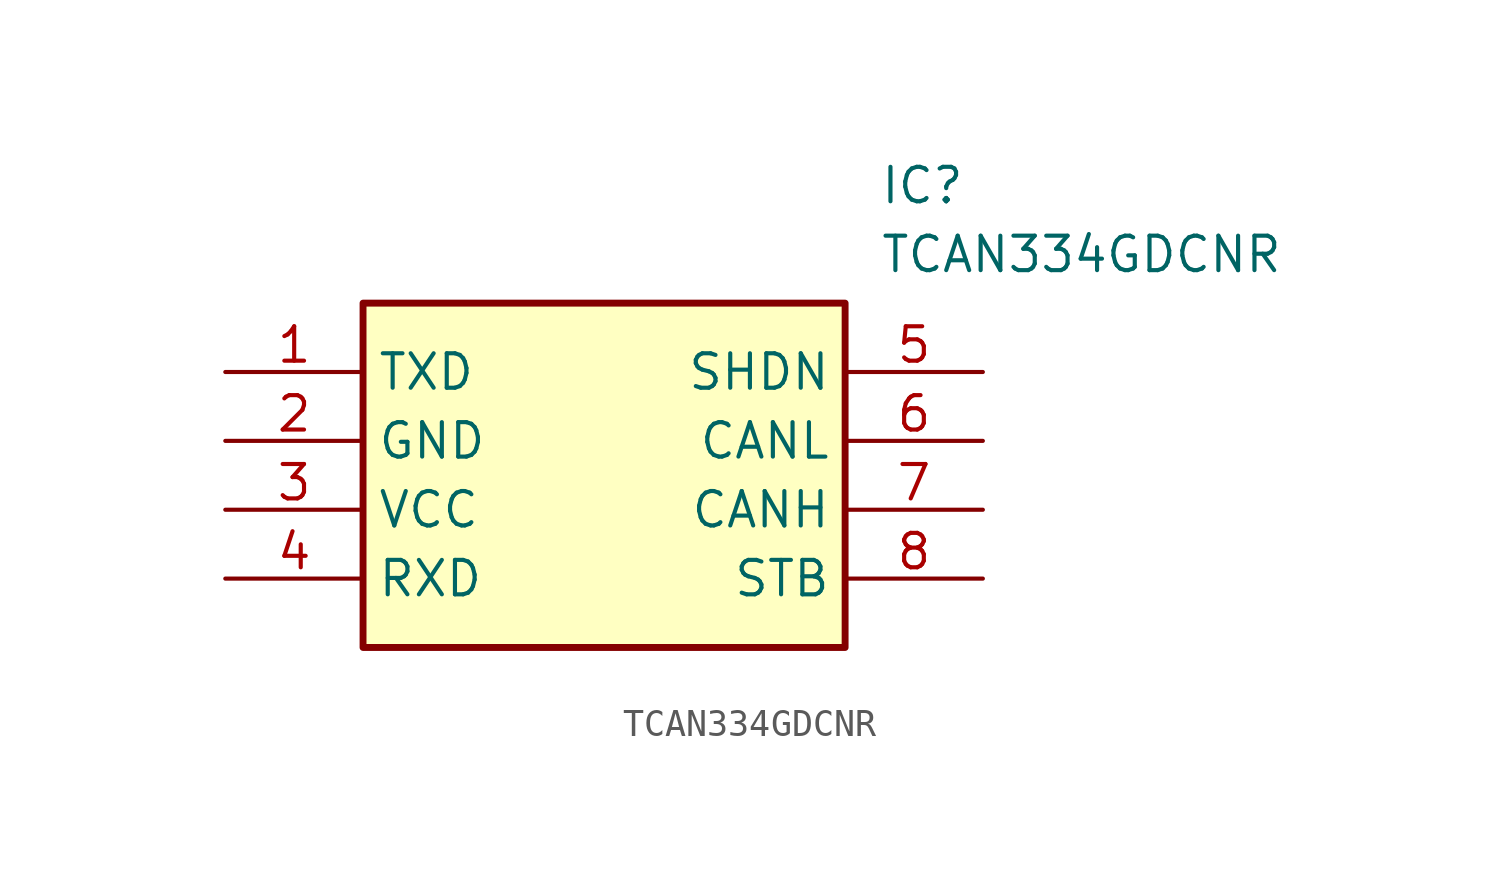
<source format=kicad_sym>
(kicad_symbol_lib
  (version 20211014)
  (generator SamacSys_ECAD_Model)
  (symbol "TCAN334GDCNR"
    (property "Reference" "IC"
      (at 24.13 7.62 0)
      (effects (font (size 1.27 1.27)) (justify left top)))
    (property "Value" "TCAN334GDCNR"
      (at 24.13 5.08 0)
      (effects (font (size 1.27 1.27)) (justify left top)))
    (rectangle
      (start 5.08 2.54)
      (end 22.86 -10.16)
      (stroke (width 0.254) (type default))
      (fill (type background)))
    (pin passive line
      (at 0 0 0)
      (length 5.08)
      (name "TXD" (effects (font (size 1.27 1.27))))
      (number "1" (effects (font (size 1.27 1.27)))))
    (pin passive line
      (at 0 -2.54 0)
      (length 5.08)
      (name "GND" (effects (font (size 1.27 1.27))))
      (number "2" (effects (font (size 1.27 1.27)))))
    (pin passive line
      (at 0 -5.08 0)
      (length 5.08)
      (name "VCC" (effects (font (size 1.27 1.27))))
      (number "3" (effects (font (size 1.27 1.27)))))
    (pin passive line
      (at 0 -7.62 0)
      (length 5.08)
      (name "RXD" (effects (font (size 1.27 1.27))))
      (number "4" (effects (font (size 1.27 1.27)))))
    (pin passive line
      (at 27.94 0 180)
      (length 5.08)
      (name "SHDN" (effects (font (size 1.27 1.27))))
      (number "5" (effects (font (size 1.27 1.27)))))
    (pin passive line
      (at 27.94 -2.54 180)
      (length 5.08)
      (name "CANL" (effects (font (size 1.27 1.27))))
      (number "6" (effects (font (size 1.27 1.27)))))
    (pin passive line
      (at 27.94 -5.08 180)
      (length 5.08)
      (name "CANH" (effects (font (size 1.27 1.27))))
      (number "7" (effects (font (size 1.27 1.27)))))
    (pin passive line
      (at 27.94 -7.62 180)
      (length 5.08)
      (name "STB" (effects (font (size 1.27 1.27))))
      (number "8" (effects (font (size 1.27 1.27)))))))
</source>
